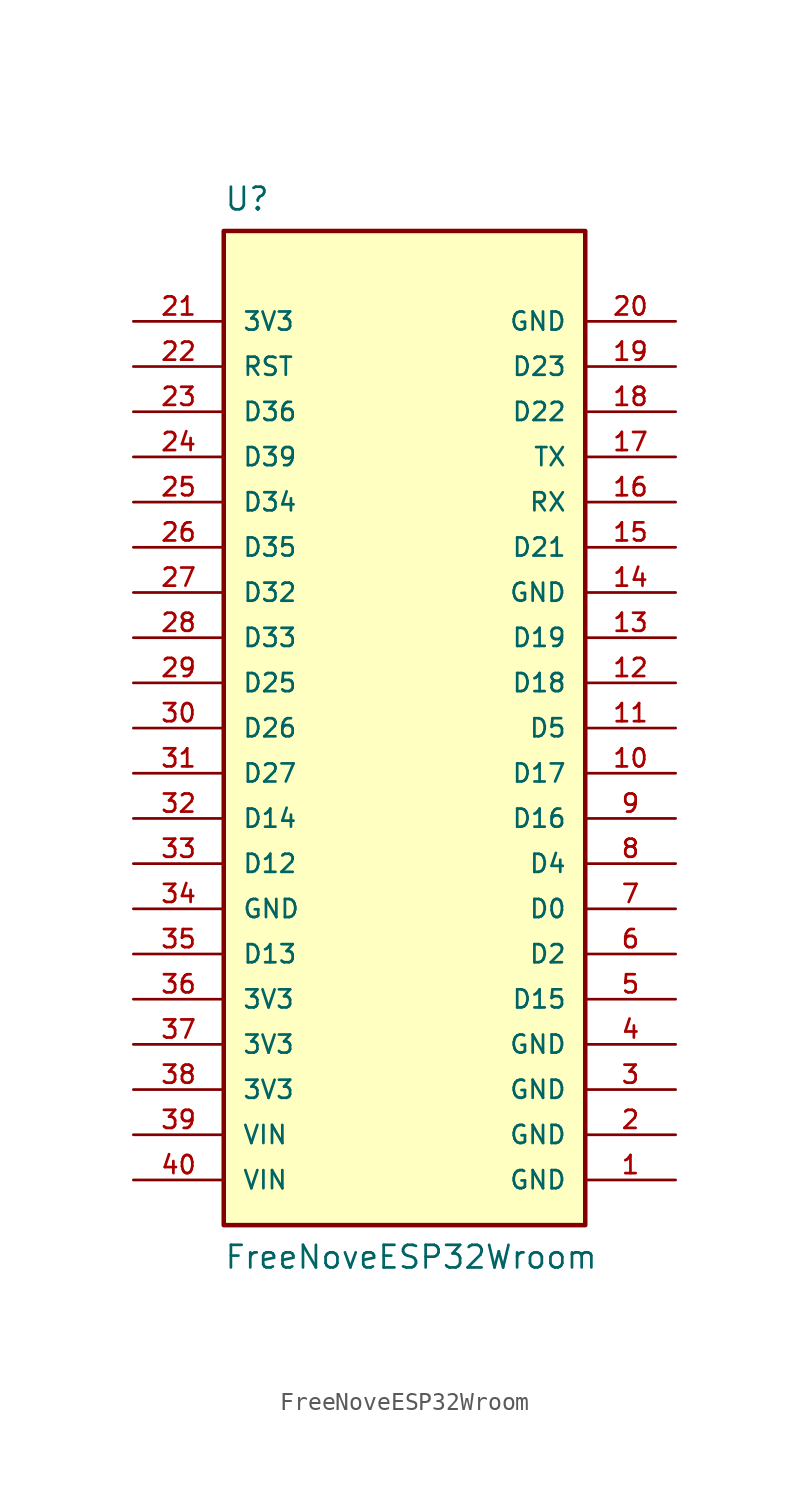
<source format=kicad_sym>
(kicad_symbol_lib
  (version 20220914)
  (generator kicad_symbol_editor)
  (symbol "FreeNoveESP32Wroom"
    (pin_names
      (offset 1.016))
    (property "Reference" "U"
      (at -10.16 30.48 0)
      (effects (font (size 1.27 1.27)) (justify left top)))
    (property "Value" "FreeNoveESP32Wroom"
      (at -10.16 -30.48 0)
      (effects (font (size 1.27 1.27)) (justify left bottom)))
    (symbol "FreeNoveESP32Wroom_0_0"
      (rectangle (start -10.16 27.94) (end 10.16 -27.94) (stroke (width 0.254) (type default)) (fill (type background))))
    (symbol "FreeNoveESP32Wroom_1_0"
      (pin power_in line (at 15.24 -25.4 180) (length 5.08) (name "GND" (effects (font (size 1.016 1.016)))) (number "1" (effects (font (size 1.016 1.016)))))
      (pin bidirectional line (at 15.24 -2.54 180) (length 5.08) (name "D17" (effects (font (size 1.016 1.016)))) (number "10" (effects (font (size 1.016 1.016)))))
      (pin bidirectional line (at 15.24 0 180) (length 5.08) (name "D5" (effects (font (size 1.016 1.016)))) (number "11" (effects (font (size 1.016 1.016)))))
      (pin bidirectional line (at 15.24 2.54 180) (length 5.08) (name "D18" (effects (font (size 1.016 1.016)))) (number "12" (effects (font (size 1.016 1.016)))))
      (pin bidirectional line (at 15.24 5.08 180) (length 5.08) (name "D19" (effects (font (size 1.016 1.016)))) (number "13" (effects (font (size 1.016 1.016)))))
      (pin power_in line (at 15.24 7.62 180) (length 5.08) (name "GND" (effects (font (size 1.016 1.016)))) (number "14" (effects (font (size 1.016 1.016)))))
      (pin bidirectional line (at 15.24 10.16 180) (length 5.08) (name "D21" (effects (font (size 1.016 1.016)))) (number "15" (effects (font (size 1.016 1.016)))))
      (pin input line (at 15.24 12.7 180) (length 5.08) (name "RX" (effects (font (size 1.016 1.016)))) (number "16" (effects (font (size 1.016 1.016)))))
      (pin output line (at 15.24 15.24 180) (length 5.08) (name "TX" (effects (font (size 1.016 1.016)))) (number "17" (effects (font (size 1.016 1.016)))))
      (pin bidirectional line (at 15.24 17.78 180) (length 5.08) (name "D22" (effects (font (size 1.016 1.016)))) (number "18" (effects (font (size 1.016 1.016)))))
      (pin bidirectional line (at 15.24 20.32 180) (length 5.08) (name "D23" (effects (font (size 1.016 1.016)))) (number "19" (effects (font (size 1.016 1.016)))))
      (pin power_in line (at 15.24 -22.86 180) (length 5.08) (name "GND" (effects (font (size 1.016 1.016)))) (number "2" (effects (font (size 1.016 1.016)))))
      (pin power_in line (at 15.24 22.86 180) (length 5.08) (name "GND" (effects (font (size 1.016 1.016)))) (number "20" (effects (font (size 1.016 1.016)))))
      (pin output line (at -15.24 22.86 0) (length 5.08) (name "3V3" (effects (font (size 1.016 1.016)))) (number "21" (effects (font (size 1.016 1.016)))))
      (pin bidirectional line (at -15.24 20.32 0) (length 5.08) (name "RST" (effects (font (size 1.016 1.016)))) (number "22" (effects (font (size 1.016 1.016)))))
      (pin bidirectional line (at -15.24 17.78 0) (length 5.08) (name "D36" (effects (font (size 1.016 1.016)))) (number "23" (effects (font (size 1.016 1.016)))))
      (pin bidirectional line (at -15.24 15.24 0) (length 5.08) (name "D39" (effects (font (size 1.016 1.016)))) (number "24" (effects (font (size 1.016 1.016)))))
      (pin bidirectional line (at -15.24 12.7 0) (length 5.08) (name "D34" (effects (font (size 1.016 1.016)))) (number "25" (effects (font (size 1.016 1.016)))))
      (pin bidirectional line (at -15.24 10.16 0) (length 5.08) (name "D35" (effects (font (size 1.016 1.016)))) (number "26" (effects (font (size 1.016 1.016)))))
      (pin bidirectional line (at -15.24 7.62 0) (length 5.08) (name "D32" (effects (font (size 1.016 1.016)))) (number "27" (effects (font (size 1.016 1.016)))))
      (pin bidirectional line (at -15.24 5.08 0) (length 5.08) (name "D33" (effects (font (size 1.016 1.016)))) (number "28" (effects (font (size 1.016 1.016)))))
      (pin bidirectional line (at -15.24 2.54 0) (length 5.08) (name "D25" (effects (font (size 1.016 1.016)))) (number "29" (effects (font (size 1.016 1.016)))))
      (pin power_in line (at 15.24 -20.32 180) (length 5.08) (name "GND" (effects (font (size 1.016 1.016)))) (number "3" (effects (font (size 1.016 1.016)))))
      (pin bidirectional line (at -15.24 0 0) (length 5.08) (name "D26" (effects (font (size 1.016 1.016)))) (number "30" (effects (font (size 1.016 1.016)))))
      (pin bidirectional line (at -15.24 -2.54 0) (length 5.08) (name "D27" (effects (font (size 1.016 1.016)))) (number "31" (effects (font (size 1.016 1.016)))))
      (pin bidirectional line (at -15.24 -5.08 0) (length 5.08) (name "D14" (effects (font (size 1.016 1.016)))) (number "32" (effects (font (size 1.016 1.016)))))
      (pin bidirectional line (at -15.24 -7.62 0) (length 5.08) (name "D12" (effects (font (size 1.016 1.016)))) (number "33" (effects (font (size 1.016 1.016)))))
      (pin power_in line (at -15.24 -10.16 0) (length 5.08) (name "GND" (effects (font (size 1.016 1.016)))) (number "34" (effects (font (size 1.016 1.016)))))
      (pin bidirectional line (at -15.24 -12.7 0) (length 5.08) (name "D13" (effects (font (size 1.016 1.016)))) (number "35" (effects (font (size 1.016 1.016)))))
      (pin output line (at -15.24 -15.24 0) (length 5.08) (name "3V3" (effects (font (size 1.016 1.016)))) (number "36" (effects (font (size 1.016 1.016)))))
      (pin output line (at -15.24 -17.78 0) (length 5.08) (name "3V3" (effects (font (size 1.016 1.016)))) (number "37" (effects (font (size 1.016 1.016)))))
      (pin output line (at -15.24 -20.32 0) (length 5.08) (name "3V3" (effects (font (size 1.016 1.016)))) (number "38" (effects (font (size 1.016 1.016)))))
      (pin input line (at -15.24 -22.86 0) (length 5.08) (name "VIN" (effects (font (size 1.016 1.016)))) (number "39" (effects (font (size 1.016 1.016)))))
      (pin power_in line (at 15.24 -17.78 180) (length 5.08) (name "GND" (effects (font (size 1.016 1.016)))) (number "4" (effects (font (size 1.016 1.016)))))
      (pin input line (at -15.24 -25.4 0) (length 5.08) (name "VIN" (effects (font (size 1.016 1.016)))) (number "40" (effects (font (size 1.016 1.016)))))
      (pin bidirectional line (at 15.24 -15.24 180) (length 5.08) (name "D15" (effects (font (size 1.016 1.016)))) (number "5" (effects (font (size 1.016 1.016)))))
      (pin bidirectional line (at 15.24 -12.7 180) (length 5.08) (name "D2" (effects (font (size 1.016 1.016)))) (number "6" (effects (font (size 1.016 1.016)))))
      (pin bidirectional line (at 15.24 -10.16 180) (length 5.08) (name "D0" (effects (font (size 1.016 1.016)))) (number "7" (effects (font (size 1.016 1.016)))))
      (pin bidirectional line (at 15.24 -7.62 180) (length 5.08) (name "D4" (effects (font (size 1.016 1.016)))) (number "8" (effects (font (size 1.016 1.016)))))
      (pin bidirectional line (at 15.24 -5.08 180) (length 5.08) (name "D16" (effects (font (size 1.016 1.016)))) (number "9" (effects (font (size 1.016 1.016))))))))
</source>
